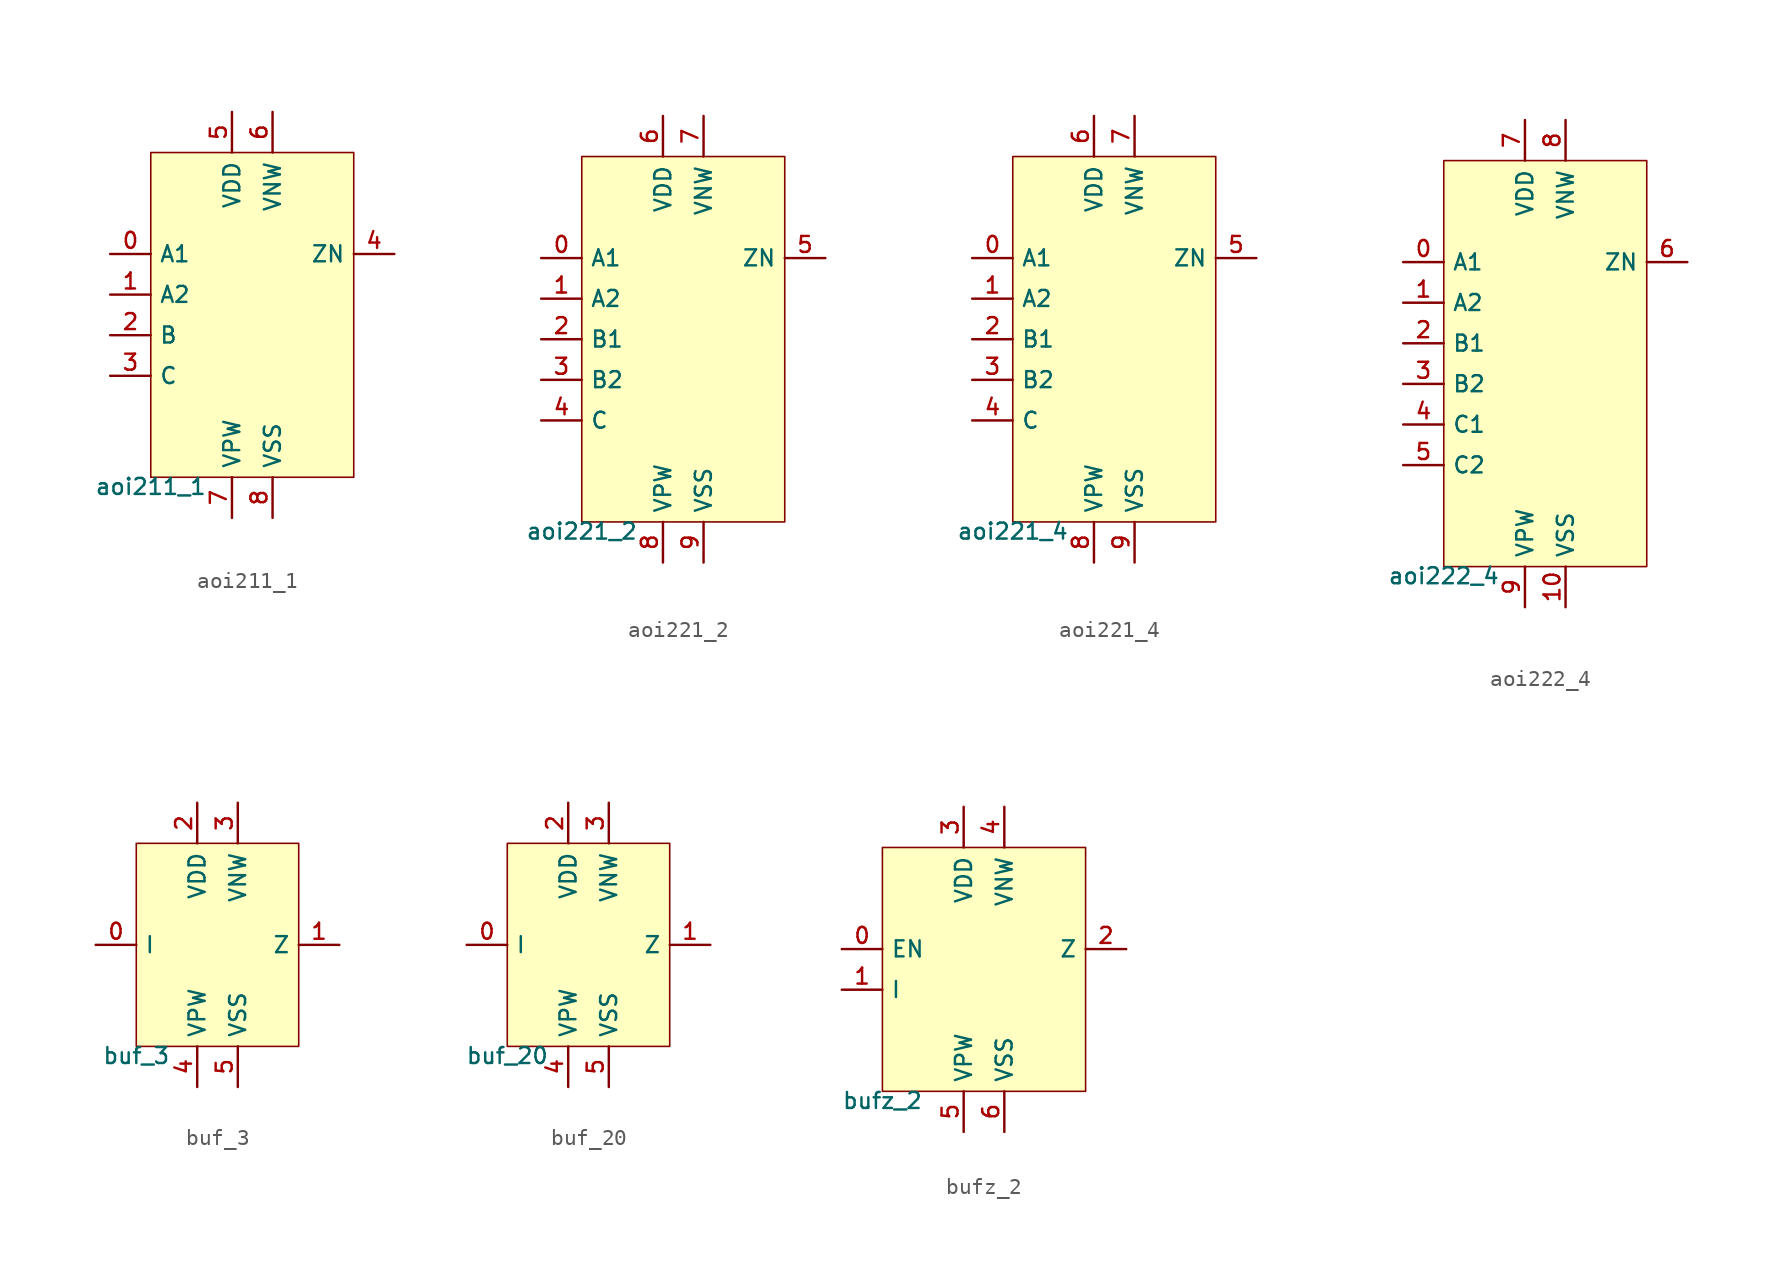
<source format=kicad_sym>
(kicad_symbol_lib
  (version 20211014)
  (generator pdk2kicad)
  (symbol "aoi211_1"
    (property "Reference" "X"
      (at 0 0 0)
      (effects (font (size 1 1)) hide))
    (property "Value" "aoi211_1"
      (at -6.35 -10.16 0)
      (effects (font (size 1 1)) (justify top)))
    (rectangle
      (start -6.35 -10.16)
      (end 6.35 10.16)
      (stroke (width 0.1) (type solid) (color 0 0 0 0))
      (fill (type background)))
    (pin input line
      (at -8.89 3.81 0)
      (length 2.54)
      (name "A1" (effects (font (size 1 1)) hide))
      (number "0" (effects (font (size 1 1)) hide)))
    (pin input line
      (at -8.89 1.27 0)
      (length 2.54)
      (name "A2" (effects (font (size 1 1)) hide))
      (number "1" (effects (font (size 1 1)) hide)))
    (pin input line
      (at -8.89 -1.27 0)
      (length 2.54)
      (name "B" (effects (font (size 1 1)) hide))
      (number "2" (effects (font (size 1 1)) hide)))
    (pin input line
      (at -8.89 -3.81 0)
      (length 2.54)
      (name "C" (effects (font (size 1 1)) hide))
      (number "3" (effects (font (size 1 1)) hide)))
    (pin output line
      (at 8.89 3.81 180)
      (length 2.54)
      (name "ZN" (effects (font (size 1 1)) hide))
      (number "4" (effects (font (size 1 1)) hide)))
    (pin power_in line
      (at -1.27 12.7 270)
      (length 2.54)
      (name "VDD" (effects (font (size 1 1)) hide))
      (number "5" (effects (font (size 1 1)) hide)))
    (pin power_in line
      (at 1.27 12.7 270)
      (length 2.54)
      (name "VNW" (effects (font (size 1 1)) hide))
      (number "6" (effects (font (size 1 1)) hide)))
    (pin power_in line
      (at -1.27 -12.7 90)
      (length 2.54)
      (name "VPW" (effects (font (size 1 1)) hide))
      (number "7" (effects (font (size 1 1)) hide)))
    (pin power_in line
      (at 1.27 -12.7 90)
      (length 2.54)
      (name "VSS" (effects (font (size 1 1)) hide))
      (number "8" (effects (font (size 1 1)) hide))))
  (symbol "aoi221_2"
    (property "Reference" "X"
      (at 0 0 0)
      (effects (font (size 1 1)) hide))
    (property "Value" "aoi221_2"
      (at -6.35 -11.43 0)
      (effects (font (size 1 1)) (justify top)))
    (rectangle
      (start -6.35 -11.43)
      (end 6.35 11.43)
      (stroke (width 0.1) (type solid) (color 0 0 0 0))
      (fill (type background)))
    (pin input line
      (at -8.89 5.08 0)
      (length 2.54)
      (name "A1" (effects (font (size 1 1)) hide))
      (number "0" (effects (font (size 1 1)) hide)))
    (pin input line
      (at -8.89 2.54 0)
      (length 2.54)
      (name "A2" (effects (font (size 1 1)) hide))
      (number "1" (effects (font (size 1 1)) hide)))
    (pin input line
      (at -8.89 -4.440892098500626e-16 0)
      (length 2.54)
      (name "B1" (effects (font (size 1 1)) hide))
      (number "2" (effects (font (size 1 1)) hide)))
    (pin input line
      (at -8.89 -2.54 0)
      (length 2.54)
      (name "B2" (effects (font (size 1 1)) hide))
      (number "3" (effects (font (size 1 1)) hide)))
    (pin input line
      (at -8.89 -5.08 0)
      (length 2.54)
      (name "C" (effects (font (size 1 1)) hide))
      (number "4" (effects (font (size 1 1)) hide)))
    (pin output line
      (at 8.89 5.08 180)
      (length 2.54)
      (name "ZN" (effects (font (size 1 1)) hide))
      (number "5" (effects (font (size 1 1)) hide)))
    (pin power_in line
      (at -1.27 13.97 270)
      (length 2.54)
      (name "VDD" (effects (font (size 1 1)) hide))
      (number "6" (effects (font (size 1 1)) hide)))
    (pin power_in line
      (at 1.27 13.97 270)
      (length 2.54)
      (name "VNW" (effects (font (size 1 1)) hide))
      (number "7" (effects (font (size 1 1)) hide)))
    (pin power_in line
      (at -1.27 -13.97 90)
      (length 2.54)
      (name "VPW" (effects (font (size 1 1)) hide))
      (number "8" (effects (font (size 1 1)) hide)))
    (pin power_in line
      (at 1.27 -13.97 90)
      (length 2.54)
      (name "VSS" (effects (font (size 1 1)) hide))
      (number "9" (effects (font (size 1 1)) hide))))
  (symbol "aoi221_4"
    (property "Reference" "X"
      (at 0 0 0)
      (effects (font (size 1 1)) hide))
    (property "Value" "aoi221_4"
      (at -6.35 -11.43 0)
      (effects (font (size 1 1)) (justify top)))
    (rectangle
      (start -6.35 -11.43)
      (end 6.35 11.43)
      (stroke (width 0.1) (type solid) (color 0 0 0 0))
      (fill (type background)))
    (pin input line
      (at -8.89 5.08 0)
      (length 2.54)
      (name "A1" (effects (font (size 1 1)) hide))
      (number "0" (effects (font (size 1 1)) hide)))
    (pin input line
      (at -8.89 2.54 0)
      (length 2.54)
      (name "A2" (effects (font (size 1 1)) hide))
      (number "1" (effects (font (size 1 1)) hide)))
    (pin input line
      (at -8.89 -4.440892098500626e-16 0)
      (length 2.54)
      (name "B1" (effects (font (size 1 1)) hide))
      (number "2" (effects (font (size 1 1)) hide)))
    (pin input line
      (at -8.89 -2.54 0)
      (length 2.54)
      (name "B2" (effects (font (size 1 1)) hide))
      (number "3" (effects (font (size 1 1)) hide)))
    (pin input line
      (at -8.89 -5.08 0)
      (length 2.54)
      (name "C" (effects (font (size 1 1)) hide))
      (number "4" (effects (font (size 1 1)) hide)))
    (pin output line
      (at 8.89 5.08 180)
      (length 2.54)
      (name "ZN" (effects (font (size 1 1)) hide))
      (number "5" (effects (font (size 1 1)) hide)))
    (pin power_in line
      (at -1.27 13.97 270)
      (length 2.54)
      (name "VDD" (effects (font (size 1 1)) hide))
      (number "6" (effects (font (size 1 1)) hide)))
    (pin power_in line
      (at 1.27 13.97 270)
      (length 2.54)
      (name "VNW" (effects (font (size 1 1)) hide))
      (number "7" (effects (font (size 1 1)) hide)))
    (pin power_in line
      (at -1.27 -13.97 90)
      (length 2.54)
      (name "VPW" (effects (font (size 1 1)) hide))
      (number "8" (effects (font (size 1 1)) hide)))
    (pin power_in line
      (at 1.27 -13.97 90)
      (length 2.54)
      (name "VSS" (effects (font (size 1 1)) hide))
      (number "9" (effects (font (size 1 1)) hide))))
  (symbol "aoi222_4"
    (property "Reference" "X"
      (at 0 0 0)
      (effects (font (size 1 1)) hide))
    (property "Value" "aoi222_4"
      (at -6.35 -12.7 0)
      (effects (font (size 1 1)) (justify top)))
    (rectangle
      (start -6.35 -12.7)
      (end 6.35 12.7)
      (stroke (width 0.1) (type solid) (color 0 0 0 0))
      (fill (type background)))
    (pin input line
      (at -8.89 6.35 0)
      (length 2.54)
      (name "A1" (effects (font (size 1 1)) hide))
      (number "0" (effects (font (size 1 1)) hide)))
    (pin input line
      (at -8.89 3.81 0)
      (length 2.54)
      (name "A2" (effects (font (size 1 1)) hide))
      (number "1" (effects (font (size 1 1)) hide)))
    (pin input line
      (at -8.89 1.27 0)
      (length 2.54)
      (name "B1" (effects (font (size 1 1)) hide))
      (number "2" (effects (font (size 1 1)) hide)))
    (pin input line
      (at -8.89 -1.27 0)
      (length 2.54)
      (name "B2" (effects (font (size 1 1)) hide))
      (number "3" (effects (font (size 1 1)) hide)))
    (pin input line
      (at -8.89 -3.81 0)
      (length 2.54)
      (name "C1" (effects (font (size 1 1)) hide))
      (number "4" (effects (font (size 1 1)) hide)))
    (pin input line
      (at -8.89 -6.35 0)
      (length 2.54)
      (name "C2" (effects (font (size 1 1)) hide))
      (number "5" (effects (font (size 1 1)) hide)))
    (pin output line
      (at 8.89 6.35 180)
      (length 2.54)
      (name "ZN" (effects (font (size 1 1)) hide))
      (number "6" (effects (font (size 1 1)) hide)))
    (pin power_in line
      (at -1.27 15.24 270)
      (length 2.54)
      (name "VDD" (effects (font (size 1 1)) hide))
      (number "7" (effects (font (size 1 1)) hide)))
    (pin power_in line
      (at 1.27 15.24 270)
      (length 2.54)
      (name "VNW" (effects (font (size 1 1)) hide))
      (number "8" (effects (font (size 1 1)) hide)))
    (pin power_in line
      (at -1.27 -15.24 90)
      (length 2.54)
      (name "VPW" (effects (font (size 1 1)) hide))
      (number "9" (effects (font (size 1 1)) hide)))
    (pin power_in line
      (at 1.27 -15.24 90)
      (length 2.54)
      (name "VSS" (effects (font (size 1 1)) hide))
      (number "10" (effects (font (size 1 1)) hide))))
  (symbol "buf_3"
    (property "Reference" "X"
      (at 0 0 0)
      (effects (font (size 1 1)) hide))
    (property "Value" "buf_3"
      (at -5.08 -6.35 0)
      (effects (font (size 1 1)) (justify top)))
    (rectangle
      (start -5.08 -6.35)
      (end 5.08 6.35)
      (stroke (width 0.1) (type solid) (color 0 0 0 0))
      (fill (type background)))
    (pin input line
      (at -7.62 -4.440892098500626e-16 0)
      (length 2.54)
      (name "I" (effects (font (size 1 1)) hide))
      (number "0" (effects (font (size 1 1)) hide)))
    (pin output line
      (at 7.62 -4.440892098500626e-16 180)
      (length 2.54)
      (name "Z" (effects (font (size 1 1)) hide))
      (number "1" (effects (font (size 1 1)) hide)))
    (pin power_in line
      (at -1.27 8.89 270)
      (length 2.54)
      (name "VDD" (effects (font (size 1 1)) hide))
      (number "2" (effects (font (size 1 1)) hide)))
    (pin power_in line
      (at 1.27 8.89 270)
      (length 2.54)
      (name "VNW" (effects (font (size 1 1)) hide))
      (number "3" (effects (font (size 1 1)) hide)))
    (pin power_in line
      (at -1.27 -8.89 90)
      (length 2.54)
      (name "VPW" (effects (font (size 1 1)) hide))
      (number "4" (effects (font (size 1 1)) hide)))
    (pin power_in line
      (at 1.27 -8.89 90)
      (length 2.54)
      (name "VSS" (effects (font (size 1 1)) hide))
      (number "5" (effects (font (size 1 1)) hide))))
  (symbol "buf_20"
    (property "Reference" "X"
      (at 0 0 0)
      (effects (font (size 1 1)) hide))
    (property "Value" "buf_20"
      (at -5.08 -6.35 0)
      (effects (font (size 1 1)) (justify top)))
    (rectangle
      (start -5.08 -6.35)
      (end 5.08 6.35)
      (stroke (width 0.1) (type solid) (color 0 0 0 0))
      (fill (type background)))
    (pin input line
      (at -7.62 -4.440892098500626e-16 0)
      (length 2.54)
      (name "I" (effects (font (size 1 1)) hide))
      (number "0" (effects (font (size 1 1)) hide)))
    (pin output line
      (at 7.62 -4.440892098500626e-16 180)
      (length 2.54)
      (name "Z" (effects (font (size 1 1)) hide))
      (number "1" (effects (font (size 1 1)) hide)))
    (pin power_in line
      (at -1.27 8.89 270)
      (length 2.54)
      (name "VDD" (effects (font (size 1 1)) hide))
      (number "2" (effects (font (size 1 1)) hide)))
    (pin power_in line
      (at 1.27 8.89 270)
      (length 2.54)
      (name "VNW" (effects (font (size 1 1)) hide))
      (number "3" (effects (font (size 1 1)) hide)))
    (pin power_in line
      (at -1.27 -8.89 90)
      (length 2.54)
      (name "VPW" (effects (font (size 1 1)) hide))
      (number "4" (effects (font (size 1 1)) hide)))
    (pin power_in line
      (at 1.27 -8.89 90)
      (length 2.54)
      (name "VSS" (effects (font (size 1 1)) hide))
      (number "5" (effects (font (size 1 1)) hide))))
  (symbol "bufz_2"
    (property "Reference" "X"
      (at 0 0 0)
      (effects (font (size 1 1)) hide))
    (property "Value" "bufz_2"
      (at -6.35 -7.62 0)
      (effects (font (size 1 1)) (justify top)))
    (rectangle
      (start -6.35 -7.62)
      (end 6.35 7.62)
      (stroke (width 0.1) (type solid) (color 0 0 0 0))
      (fill (type background)))
    (pin input line
      (at -8.89 1.27 0)
      (length 2.54)
      (name "EN" (effects (font (size 1 1)) hide))
      (number "0" (effects (font (size 1 1)) hide)))
    (pin input line
      (at -8.89 -1.27 0)
      (length 2.54)
      (name "I" (effects (font (size 1 1)) hide))
      (number "1" (effects (font (size 1 1)) hide)))
    (pin output line
      (at 8.89 1.27 180)
      (length 2.54)
      (name "Z" (effects (font (size 1 1)) hide))
      (number "2" (effects (font (size 1 1)) hide)))
    (pin power_in line
      (at -1.27 10.16 270)
      (length 2.54)
      (name "VDD" (effects (font (size 1 1)) hide))
      (number "3" (effects (font (size 1 1)) hide)))
    (pin power_in line
      (at 1.27 10.16 270)
      (length 2.54)
      (name "VNW" (effects (font (size 1 1)) hide))
      (number "4" (effects (font (size 1 1)) hide)))
    (pin power_in line
      (at -1.27 -10.16 90)
      (length 2.54)
      (name "VPW" (effects (font (size 1 1)) hide))
      (number "5" (effects (font (size 1 1)) hide)))
    (pin power_in line
      (at 1.27 -10.16 90)
      (length 2.54)
      (name "VSS" (effects (font (size 1 1)) hide))
      (number "6" (effects (font (size 1 1)) hide)))))
</source>
